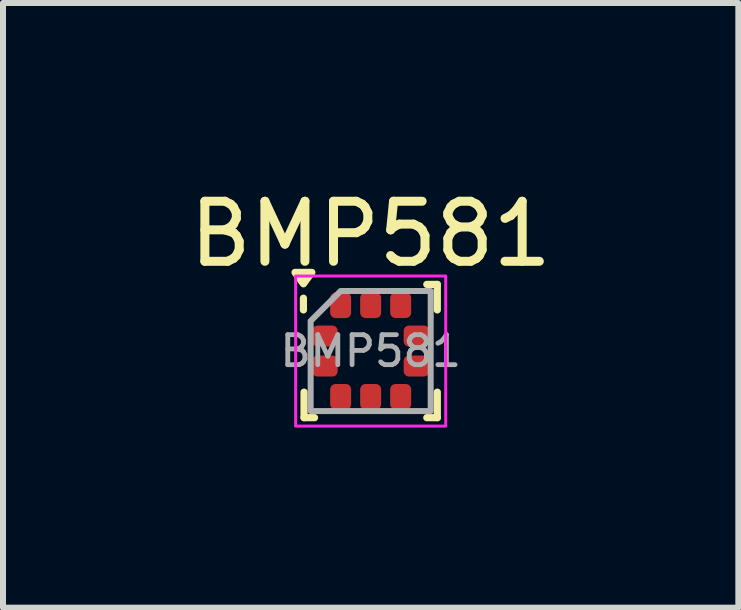
<source format=kicad_pcb>
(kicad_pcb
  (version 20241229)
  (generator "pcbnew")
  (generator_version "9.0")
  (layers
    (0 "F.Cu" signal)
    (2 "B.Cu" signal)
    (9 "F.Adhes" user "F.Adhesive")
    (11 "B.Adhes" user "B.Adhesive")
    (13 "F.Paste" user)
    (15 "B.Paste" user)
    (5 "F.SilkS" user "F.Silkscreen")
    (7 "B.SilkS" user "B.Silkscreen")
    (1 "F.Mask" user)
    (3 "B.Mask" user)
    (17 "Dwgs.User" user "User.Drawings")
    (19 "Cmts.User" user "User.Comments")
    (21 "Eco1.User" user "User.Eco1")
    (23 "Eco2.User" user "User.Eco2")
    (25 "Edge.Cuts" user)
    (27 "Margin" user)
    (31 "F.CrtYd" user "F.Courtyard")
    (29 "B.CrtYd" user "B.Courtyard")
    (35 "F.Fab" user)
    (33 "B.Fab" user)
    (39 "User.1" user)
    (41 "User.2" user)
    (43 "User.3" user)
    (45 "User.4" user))
  (footprint "BMP581"
    (layer "F.Cu")
    (at 3.125 2.798)
    (property "Reference" "BMP581" (at 0 -1.95 0) (layer "F.SilkS") (effects (font (size 1 1) (thickness 0.15))))
    (attr smd)
    (fp_line (start -1.12 -0.685) (end -1.12 -0.88) (stroke (width 0.12) (type solid)) (layer "F.SilkS"))
    (fp_line (start -1.11 1.11) (end -1.11 0.685) (stroke (width 0.12) (type solid)) (layer "F.SilkS"))
    (fp_line (start -0.935 1.11) (end -1.11 1.11) (stroke (width 0.12) (type solid)) (layer "F.SilkS"))
    (fp_line (start 0.935 -1.11) (end 1.11 -1.11) (stroke (width 0.12) (type solid)) (layer "F.SilkS"))
    (fp_line (start 0.935 1.11) (end 1.11 1.11) (stroke (width 0.12) (type solid)) (layer "F.SilkS"))
    (fp_line (start 1.11 -1.11) (end 1.11 -0.685) (stroke (width 0.12) (type solid)) (layer "F.SilkS"))
    (fp_line (start 1.11 1.11) (end 1.11 0.685) (stroke (width 0.12) (type solid)) (layer "F.SilkS"))
    (fp_poly (pts (xy -1.12 -1.12) (xy -1.26 -1.31) (xy -0.98 -1.31)) (stroke (width 0.12) (type solid)) (fill yes) (layer "F.SilkS"))
    (fp_rect (start -1.25 -1.25) (end 1.25 1.25) (stroke (width 0.05) (type solid)) (fill no) (layer "F.CrtYd"))
    (fp_poly (pts (xy -1 -0.5) (xy -1 1) (xy 1 1) (xy 1 -1) (xy -0.5 -1)) (stroke (width 0.1) (type solid)) (fill no) (layer "F.Fab"))
    (fp_text user "${REFERENCE}" (at 0 0 0) (layer "F.Fab") (effects (font (size 0.5 0.5) (thickness 0.08))))
    (pad "1" smd roundrect (at -0.762 -0.25) (size 0.425 0.35) (layers "F.Cu" "F.Mask" "F.Paste") (roundrect_rratio 0.25))
    (pad "2" smd roundrect (at -0.762 0.25) (size 0.425 0.35) (layers "F.Cu" "F.Mask" "F.Paste") (roundrect_rratio 0.25))
    (pad "3" smd roundrect (at -0.5 0.762) (size 0.35 0.425) (layers "F.Cu" "F.Mask" "F.Paste") (roundrect_rratio 0.25))
    (pad "4" smd roundrect (at 0 0.762) (size 0.35 0.425) (layers "F.Cu" "F.Mask" "F.Paste") (roundrect_rratio 0.25))
    (pad "5" smd roundrect (at 0.5 0.762) (size 0.35 0.425) (layers "F.Cu" "F.Mask" "F.Paste") (roundrect_rratio 0.25))
    (pad "6" smd roundrect (at 0.762 0.25) (size 0.425 0.35) (layers "F.Cu" "F.Mask" "F.Paste") (roundrect_rratio 0.25))
    (pad "7" smd roundrect (at 0.762 -0.25) (size 0.425 0.35) (layers "F.Cu" "F.Mask" "F.Paste") (roundrect_rratio 0.25))
    (pad "8" smd roundrect (at 0.5 -0.762) (size 0.35 0.425) (layers "F.Cu" "F.Mask" "F.Paste") (roundrect_rratio 0.25))
    (pad "9" smd roundrect (at 0 -0.762) (size 0.35 0.425) (layers "F.Cu" "F.Mask" "F.Paste") (roundrect_rratio 0.25))
    (pad "10" smd roundrect (at -0.5 -0.762) (size 0.35 0.425) (layers "F.Cu" "F.Mask" "F.Paste") (roundrect_rratio 0.25)))
  (gr_rect
    (start -3 -3)
    (end 9.25 7.073)
    (stroke (width 0.1) (type default))
    (fill no)
    (layer "Edge.Cuts")))
</source>
